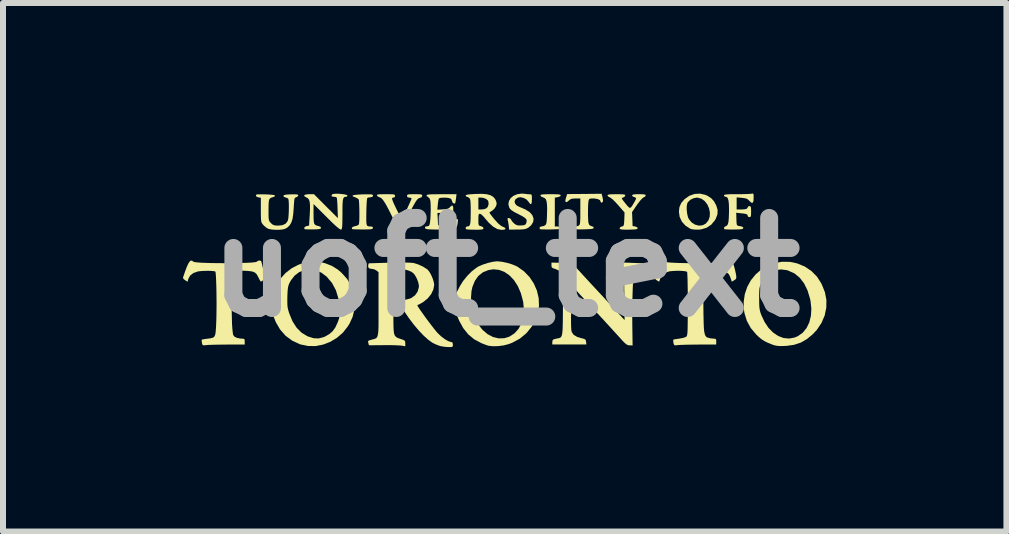
<source format=kicad_pcb>
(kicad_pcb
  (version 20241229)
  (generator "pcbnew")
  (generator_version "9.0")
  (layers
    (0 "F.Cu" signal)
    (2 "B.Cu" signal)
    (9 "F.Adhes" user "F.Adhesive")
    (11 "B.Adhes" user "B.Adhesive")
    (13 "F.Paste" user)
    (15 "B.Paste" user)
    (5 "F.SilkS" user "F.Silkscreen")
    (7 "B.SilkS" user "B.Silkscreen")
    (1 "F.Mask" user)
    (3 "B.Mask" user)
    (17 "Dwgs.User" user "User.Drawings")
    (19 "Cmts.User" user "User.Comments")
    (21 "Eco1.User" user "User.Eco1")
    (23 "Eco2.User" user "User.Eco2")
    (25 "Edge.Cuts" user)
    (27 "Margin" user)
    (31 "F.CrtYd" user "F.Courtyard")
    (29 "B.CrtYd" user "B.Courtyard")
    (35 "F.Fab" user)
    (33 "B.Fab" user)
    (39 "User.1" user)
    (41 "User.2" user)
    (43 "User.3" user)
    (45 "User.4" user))
  (footprint "uoft_text"
    (layer "F.Cu")
    (at 5.375 1.404)
    (property "Reference" "uoft_text" (at 0 0 0) (layer "F.Fab") (effects (font (size 1.5 1.5) (thickness 0.3))))
    (attr board_only exclude_from_pos_files exclude_from_bom)
    (fp_poly (pts (xy 0.825 -1.217) (xy 0.875 -1.215) (xy 0.905 -1.211) (xy 0.918 -1.204) (xy 0.92 -1.198) (xy 0.908 -1.182) (xy 0.875 -1.17) (xy 0.871 -1.169) (xy 0.821 -1.16) (xy 0.821 -0.92) (xy 0.821 -0.68) (xy 0.864 -0.68) (xy 0.897 -0.674) (xy 0.906 -0.657) (xy 0.903 -0.641) (xy 0.888 -0.637) (xy 0.852 -0.634) (xy 0.802 -0.632) (xy 0.744 -0.63) (xy 0.685 -0.63) (xy 0.633 -0.631) (xy 0.593 -0.632) (xy 0.573 -0.635) (xy 0.572 -0.636) (xy 0.565 -0.657) (xy 0.58 -0.675) (xy 0.599 -0.68) (xy 0.637 -0.688) (xy 0.659 -0.7) (xy 0.671 -0.712) (xy 0.679 -0.73) (xy 0.685 -0.761) (xy 0.688 -0.808) (xy 0.691 -0.878) (xy 0.691 -0.888) (xy 0.693 -0.982) (xy 0.69 -1.052) (xy 0.683 -1.101) (xy 0.671 -1.134) (xy 0.652 -1.153) (xy 0.626 -1.164) (xy 0.595 -1.178) (xy 0.581 -1.195) (xy 0.58 -1.197) (xy 0.585 -1.206) (xy 0.601 -1.212) (xy 0.634 -1.215) (xy 0.687 -1.217) (xy 0.75 -1.218)) (stroke (width 0) (type solid)) (fill yes) (layer "F.SilkS"))
    (fp_poly (pts (xy 3.333 -1.206) (xy 3.365 -1.191) (xy 3.427 -1.151) (xy 3.475 -1.098) (xy 3.512 -1.028) (xy 3.534 -0.954) (xy 3.531 -0.882) (xy 3.503 -0.808) (xy 3.488 -0.782) (xy 3.427 -0.709) (xy 3.349 -0.658) (xy 3.257 -0.631) (xy 3.214 -0.627) (xy 3.148 -0.628) (xy 3.095 -0.636) (xy 3.079 -0.642) (xy 3 -0.692) (xy 2.939 -0.759) (xy 2.901 -0.84) (xy 2.889 -0.924) (xy 2.892 -0.956) (xy 3.019 -0.956) (xy 3.027 -0.89) (xy 3.041 -0.832) (xy 3.054 -0.804) (xy 3.1 -0.748) (xy 3.157 -0.711) (xy 3.22 -0.694) (xy 3.282 -0.699) (xy 3.338 -0.728) (xy 3.339 -0.73) (xy 3.381 -0.782) (xy 3.403 -0.845) (xy 3.405 -0.914) (xy 3.391 -0.983) (xy 3.362 -1.048) (xy 3.319 -1.103) (xy 3.265 -1.142) (xy 3.202 -1.16) (xy 3.187 -1.161) (xy 3.13 -1.15) (xy 3.077 -1.123) (xy 3.038 -1.084) (xy 3.028 -1.065) (xy 3.019 -1.018) (xy 3.019 -0.956) (xy 2.892 -0.956) (xy 2.898 -1.004) (xy 2.928 -1.072) (xy 2.982 -1.134) (xy 3.062 -1.191) (xy 3.15 -1.222) (xy 3.241 -1.227)) (stroke (width 0) (type solid)) (fill yes) (layer "F.SilkS"))
    (fp_poly (pts (xy -2.258 -1.216) (xy -2.229 -1.213) (xy -2.214 -1.207) (xy -2.209 -1.199) (xy -2.209 -1.193) (xy -2.218 -1.174) (xy -2.248 -1.167) (xy -2.252 -1.167) (xy -2.285 -1.162) (xy -2.304 -1.155) (xy -2.309 -1.137) (xy -2.313 -1.098) (xy -2.316 -1.042) (xy -2.319 -0.976) (xy -2.32 -0.906) (xy -2.321 -0.839) (xy -2.321 -0.78) (xy -2.319 -0.736) (xy -2.316 -0.715) (xy -2.305 -0.691) (xy -2.282 -0.681) (xy -2.257 -0.68) (xy -2.223 -0.677) (xy -2.211 -0.666) (xy -2.211 -0.655) (xy -2.216 -0.644) (xy -2.229 -0.637) (xy -2.256 -0.633) (xy -2.299 -0.631) (xy -2.366 -0.63) (xy -2.384 -0.63) (xy -2.449 -0.631) (xy -2.504 -0.632) (xy -2.542 -0.634) (xy -2.557 -0.636) (xy -2.563 -0.656) (xy -2.545 -0.674) (xy -2.508 -0.685) (xy -2.469 -0.696) (xy -2.446 -0.712) (xy -2.444 -0.716) (xy -2.44 -0.741) (xy -2.437 -0.787) (xy -2.436 -0.847) (xy -2.436 -0.914) (xy -2.437 -0.982) (xy -2.439 -1.044) (xy -2.442 -1.094) (xy -2.446 -1.126) (xy -2.448 -1.132) (xy -2.47 -1.149) (xy -2.505 -1.166) (xy -2.508 -1.167) (xy -2.544 -1.181) (xy -2.551 -1.193) (xy -2.531 -1.203) (xy -2.482 -1.209) (xy -2.406 -1.214) (xy -2.379 -1.215) (xy -2.307 -1.216)) (stroke (width 0) (type solid)) (fill yes) (layer "F.SilkS"))
    (fp_poly (pts (xy 1.615 -1.17) (xy 1.623 -1.13) (xy 1.624 -1.1) (xy 1.623 -1.096) (xy 1.608 -1.079) (xy 1.592 -1.077) (xy 1.586 -1.089) (xy 1.573 -1.118) (xy 1.536 -1.137) (xy 1.481 -1.146) (xy 1.466 -1.147) (xy 1.422 -1.146) (xy 1.399 -1.14) (xy 1.388 -1.125) (xy 1.382 -1.103) (xy 1.378 -1.063) (xy 1.375 -1.005) (xy 1.374 -0.935) (xy 1.374 -0.864) (xy 1.376 -0.8) (xy 1.38 -0.752) (xy 1.382 -0.739) (xy 1.396 -0.704) (xy 1.425 -0.688) (xy 1.432 -0.686) (xy 1.463 -0.673) (xy 1.47 -0.656) (xy 1.462 -0.647) (xy 1.441 -0.64) (xy 1.403 -0.636) (xy 1.342 -0.633) (xy 1.306 -0.632) (xy 1.241 -0.631) (xy 1.188 -0.632) (xy 1.152 -0.633) (xy 1.139 -0.635) (xy 1.132 -0.657) (xy 1.146 -0.675) (xy 1.162 -0.68) (xy 1.199 -0.686) (xy 1.219 -0.694) (xy 1.229 -0.702) (xy 1.236 -0.715) (xy 1.241 -0.737) (xy 1.244 -0.773) (xy 1.246 -0.828) (xy 1.246 -0.905) (xy 1.246 -0.928) (xy 1.246 -1.147) (xy 1.167 -1.147) (xy 1.117 -1.144) (xy 1.084 -1.135) (xy 1.057 -1.115) (xy 1.052 -1.11) (xy 1.021 -1.086) (xy 1.002 -1.087) (xy 0.996 -1.111) (xy 1.006 -1.156) (xy 1.008 -1.161) (xy 1.027 -1.22) (xy 1.314 -1.222) (xy 1.601 -1.225)) (stroke (width 0) (type solid)) (fill yes) (layer "F.SilkS"))
    (fp_poly (pts (xy 0.321 -1.224) (xy 0.366 -1.218) (xy 0.403 -1.216) (xy 0.414 -1.216) (xy 0.428 -1.214) (xy 0.436 -1.199) (xy 0.439 -1.166) (xy 0.439 -1.134) (xy 0.436 -1.079) (xy 0.427 -1.053) (xy 0.412 -1.053) (xy 0.391 -1.081) (xy 0.385 -1.09) (xy 0.35 -1.129) (xy 0.301 -1.156) (xy 0.248 -1.168) (xy 0.209 -1.162) (xy 0.168 -1.136) (xy 0.15 -1.102) (xy 0.157 -1.064) (xy 0.185 -1.03) (xy 0.229 -1.007) (xy 0.272 -0.989) (xy 0.322 -0.967) (xy 0.337 -0.96) (xy 0.405 -0.916) (xy 0.448 -0.865) (xy 0.467 -0.809) (xy 0.46 -0.754) (xy 0.427 -0.701) (xy 0.386 -0.665) (xy 0.359 -0.649) (xy 0.331 -0.638) (xy 0.294 -0.632) (xy 0.241 -0.629) (xy 0.197 -0.629) (xy 0.059 -0.627) (xy 0.053 -0.692) (xy 0.046 -0.74) (xy 0.038 -0.78) (xy 0.036 -0.789) (xy 0.032 -0.813) (xy 0.047 -0.821) (xy 0.054 -0.821) (xy 0.082 -0.809) (xy 0.092 -0.793) (xy 0.108 -0.767) (xy 0.137 -0.735) (xy 0.144 -0.729) (xy 0.177 -0.706) (xy 0.211 -0.697) (xy 0.259 -0.697) (xy 0.26 -0.697) (xy 0.304 -0.701) (xy 0.328 -0.71) (xy 0.341 -0.728) (xy 0.346 -0.741) (xy 0.353 -0.771) (xy 0.347 -0.797) (xy 0.326 -0.821) (xy 0.285 -0.848) (xy 0.221 -0.882) (xy 0.209 -0.888) (xy 0.144 -0.921) (xy 0.101 -0.949) (xy 0.074 -0.975) (xy 0.063 -0.992) (xy 0.047 -1.049) (xy 0.056 -1.104) (xy 0.085 -1.152) (xy 0.132 -1.191) (xy 0.193 -1.217) (xy 0.265 -1.228)) (stroke (width 0) (type solid)) (fill yes) (layer "F.SilkS"))
    (fp_poly (pts (xy -1.454 -1.217) (xy -1.416 -1.215) (xy -1.396 -1.209) (xy -1.389 -1.2) (xy -1.388 -1.191) (xy -1.4 -1.167) (xy -1.429 -1.156) (xy -1.449 -1.149) (xy -1.468 -1.133) (xy -1.49 -1.105) (xy -1.518 -1.059) (xy -1.55 -1.002) (xy -1.589 -0.929) (xy -1.63 -0.85) (xy -1.667 -0.777) (xy -1.686 -0.74) (xy -1.712 -0.688) (xy -1.736 -0.648) (xy -1.755 -0.626) (xy -1.76 -0.623) (xy -1.772 -0.635) (xy -1.794 -0.669) (xy -1.824 -0.719) (xy -1.858 -0.784) (xy -1.89 -0.846) (xy -1.94 -0.945) (xy -1.98 -1.022) (xy -2.013 -1.078) (xy -2.04 -1.118) (xy -2.062 -1.144) (xy -2.083 -1.16) (xy -2.1 -1.166) (xy -2.13 -1.181) (xy -2.143 -1.196) (xy -2.143 -1.206) (xy -2.131 -1.212) (xy -2.104 -1.216) (xy -2.056 -1.217) (xy -1.996 -1.218) (xy -1.928 -1.217) (xy -1.883 -1.216) (xy -1.857 -1.212) (xy -1.845 -1.205) (xy -1.841 -1.195) (xy -1.841 -1.189) (xy -1.85 -1.166) (xy -1.87 -1.161) (xy -1.884 -1.159) (xy -1.891 -1.151) (xy -1.89 -1.134) (xy -1.88 -1.104) (xy -1.86 -1.057) (xy -1.828 -0.99) (xy -1.809 -0.951) (xy -1.778 -0.888) (xy -1.752 -0.844) (xy -1.734 -0.819) (xy -1.726 -0.817) (xy -1.713 -0.836) (xy -1.692 -0.874) (xy -1.667 -0.923) (xy -1.639 -0.979) (xy -1.613 -1.036) (xy -1.59 -1.087) (xy -1.573 -1.126) (xy -1.566 -1.148) (xy -1.567 -1.15) (xy -1.584 -1.159) (xy -1.608 -1.161) (xy -1.635 -1.168) (xy -1.642 -1.189) (xy -1.64 -1.203) (xy -1.63 -1.211) (xy -1.607 -1.216) (xy -1.565 -1.217) (xy -1.515 -1.218)) (stroke (width 0) (type solid)) (fill yes) (layer "F.SilkS"))
    (fp_poly (pts (xy 2.281 -1.217) (xy 2.316 -1.213) (xy 2.333 -1.206) (xy 2.336 -1.197) (xy 2.324 -1.177) (xy 2.304 -1.167) (xy 2.281 -1.151) (xy 2.247 -1.115) (xy 2.206 -1.062) (xy 2.19 -1.04) (xy 2.108 -0.92) (xy 2.113 -0.804) (xy 2.117 -0.687) (xy 2.159 -0.68) (xy 2.191 -0.668) (xy 2.202 -0.651) (xy 2.197 -0.641) (xy 2.178 -0.634) (xy 2.143 -0.63) (xy 2.085 -0.628) (xy 2.057 -0.627) (xy 1.985 -0.627) (xy 1.934 -0.63) (xy 1.907 -0.636) (xy 1.903 -0.639) (xy 1.903 -0.66) (xy 1.927 -0.677) (xy 1.947 -0.682) (xy 1.961 -0.687) (xy 1.97 -0.702) (xy 1.975 -0.731) (xy 1.978 -0.781) (xy 1.979 -0.8) (xy 1.983 -0.913) (xy 1.876 -1.036) (xy 1.828 -1.088) (xy 1.785 -1.131) (xy 1.75 -1.158) (xy 1.734 -1.167) (xy 1.708 -1.181) (xy 1.699 -1.197) (xy 1.704 -1.206) (xy 1.721 -1.212) (xy 1.755 -1.216) (xy 1.811 -1.217) (xy 1.849 -1.218) (xy 1.915 -1.217) (xy 1.959 -1.215) (xy 1.983 -1.211) (xy 1.993 -1.204) (xy 1.994 -1.193) (xy 1.978 -1.171) (xy 1.957 -1.162) (xy 1.942 -1.157) (xy 1.938 -1.147) (xy 1.947 -1.13) (xy 1.97 -1.098) (xy 1.998 -1.063) (xy 2.034 -1.019) (xy 2.059 -0.995) (xy 2.079 -0.99) (xy 2.098 -1.007) (xy 2.124 -1.047) (xy 2.148 -1.088) (xy 2.169 -1.126) (xy 2.175 -1.148) (xy 2.167 -1.161) (xy 2.165 -1.162) (xy 2.137 -1.174) (xy 2.127 -1.175) (xy 2.112 -1.187) (xy 2.11 -1.196) (xy 2.115 -1.207) (xy 2.134 -1.214) (xy 2.173 -1.217) (xy 2.223 -1.218)) (stroke (width 0) (type solid)) (fill yes) (layer "F.SilkS"))
    (fp_poly (pts (xy -2.786 -1.225) (xy -2.734 -1.221) (xy -2.686 -1.215) (xy -2.65 -1.206) (xy -2.634 -1.196) (xy -2.633 -1.194) (xy -2.645 -1.178) (xy -2.659 -1.175) (xy -2.679 -1.173) (xy -2.694 -1.164) (xy -2.705 -1.145) (xy -2.712 -1.113) (xy -2.716 -1.063) (xy -2.718 -0.992) (xy -2.718 -0.896) (xy -2.718 -0.889) (xy -2.719 -0.797) (xy -2.72 -0.73) (xy -2.722 -0.683) (xy -2.726 -0.653) (xy -2.731 -0.636) (xy -2.739 -0.628) (xy -2.741 -0.628) (xy -2.757 -0.632) (xy -2.785 -0.652) (xy -2.829 -0.689) (xy -2.889 -0.745) (xy -2.966 -0.821) (xy -2.982 -0.837) (xy -3.2 -1.054) (xy -3.2 -0.89) (xy -3.199 -0.814) (xy -3.196 -0.762) (xy -3.189 -0.728) (xy -3.174 -0.708) (xy -3.152 -0.696) (xy -3.119 -0.687) (xy -3.118 -0.687) (xy -3.083 -0.674) (xy -3.075 -0.655) (xy -3.082 -0.644) (xy -3.102 -0.637) (xy -3.139 -0.633) (xy -3.199 -0.631) (xy -3.211 -0.631) (xy -3.269 -0.631) (xy -3.316 -0.632) (xy -3.344 -0.634) (xy -3.349 -0.636) (xy -3.356 -0.657) (xy -3.339 -0.677) (xy -3.315 -0.686) (xy -3.274 -0.695) (xy -3.264 -0.863) (xy -3.259 -0.961) (xy -3.259 -1.035) (xy -3.264 -1.088) (xy -3.275 -1.124) (xy -3.292 -1.148) (xy -3.314 -1.161) (xy -3.349 -1.181) (xy -3.357 -1.198) (xy -3.339 -1.21) (xy -3.296 -1.217) (xy -3.274 -1.218) (xy -3.193 -1.218) (xy -2.994 -1.018) (xy -2.794 -0.819) (xy -2.8 -0.98) (xy -2.802 -1.045) (xy -2.806 -1.101) (xy -2.809 -1.141) (xy -2.811 -1.157) (xy -2.828 -1.17) (xy -2.86 -1.175) (xy -2.893 -1.179) (xy -2.901 -1.192) (xy -2.891 -1.214) (xy -2.872 -1.222) (xy -2.835 -1.225)) (stroke (width 0) (type solid)) (fill yes) (layer "F.SilkS"))
    (fp_poly (pts (xy -0.062 -0.092) (xy 0.024 -0.074) (xy 0.111 -0.048) (xy 0.184 -0.017) (xy 0.198 -0.01) (xy 0.307 0.067) (xy 0.399 0.162) (xy 0.471 0.271) (xy 0.523 0.39) (xy 0.552 0.515) (xy 0.557 0.643) (xy 0.546 0.723) (xy 0.503 0.864) (xy 0.436 0.989) (xy 0.348 1.098) (xy 0.24 1.188) (xy 0.113 1.257) (xy 0.054 1.28) (xy -0.031 1.302) (xy -0.124 1.314) (xy -0.214 1.316) (xy -0.289 1.307) (xy -0.29 1.306) (xy -0.318 1.297) (xy -0.361 1.281) (xy -0.404 1.264) (xy -0.522 1.201) (xy -0.622 1.118) (xy -0.707 1.012) (xy -0.772 0.892) (xy -0.789 0.853) (xy -0.801 0.82) (xy -0.808 0.785) (xy -0.812 0.742) (xy -0.814 0.685) (xy -0.814 0.609) (xy -0.814 0.516) (xy -0.576 0.516) (xy -0.564 0.639) (xy -0.536 0.762) (xy -0.492 0.878) (xy -0.434 0.98) (xy -0.383 1.044) (xy -0.298 1.116) (xy -0.207 1.163) (xy -0.112 1.185) (xy -0.018 1.182) (xy 0.064 1.156) (xy 0.148 1.102) (xy 0.216 1.027) (xy 0.265 0.935) (xy 0.296 0.828) (xy 0.306 0.71) (xy 0.295 0.585) (xy 0.291 0.565) (xy 0.255 0.431) (xy 0.204 0.313) (xy 0.14 0.214) (xy 0.065 0.135) (xy -0.019 0.077) (xy -0.11 0.043) (xy -0.206 0.034) (xy -0.286 0.047) (xy -0.378 0.084) (xy -0.454 0.145) (xy -0.512 0.227) (xy -0.553 0.33) (xy -0.568 0.399) (xy -0.576 0.516) (xy -0.814 0.516) (xy -0.814 0.418) (xy -0.759 0.311) (xy -0.706 0.227) (xy -0.638 0.143) (xy -0.562 0.067) (xy -0.484 0.007) (xy -0.446 -0.016) (xy -0.378 -0.045) (xy -0.299 -0.071) (xy -0.219 -0.09) (xy -0.15 -0.099) (xy -0.136 -0.099)) (stroke (width 0) (type solid)) (fill yes) (layer "F.SilkS"))
    (fp_poly (pts (xy 4.738 -0.09) (xy 4.858 -0.065) (xy 4.987 -0.012) (xy 5.098 0.063) (xy 5.192 0.159) (xy 5.266 0.276) (xy 5.321 0.413) (xy 5.322 0.416) (xy 5.347 0.545) (xy 5.345 0.675) (xy 5.318 0.804) (xy 5.265 0.927) (xy 5.189 1.041) (xy 5.123 1.113) (xy 5.023 1.196) (xy 4.921 1.255) (xy 4.809 1.292) (xy 4.682 1.31) (xy 4.658 1.311) (xy 4.585 1.313) (xy 4.531 1.31) (xy 4.487 1.302) (xy 4.452 1.291) (xy 4.372 1.259) (xy 4.311 1.229) (xy 4.259 1.194) (xy 4.207 1.149) (xy 4.176 1.119) (xy 4.086 1.012) (xy 4.022 0.895) (xy 3.982 0.767) (xy 3.974 0.717) (xy 3.968 0.579) (xy 3.977 0.517) (xy 4.226 0.517) (xy 4.227 0.597) (xy 4.229 0.657) (xy 4.235 0.703) (xy 4.244 0.744) (xy 4.258 0.785) (xy 4.261 0.793) (xy 4.316 0.911) (xy 4.382 1.01) (xy 4.459 1.088) (xy 4.543 1.145) (xy 4.633 1.179) (xy 4.725 1.188) (xy 4.817 1.171) (xy 4.871 1.148) (xy 4.952 1.091) (xy 5.016 1.013) (xy 5.062 0.918) (xy 5.089 0.809) (xy 5.096 0.689) (xy 5.082 0.56) (xy 5.075 0.527) (xy 5.032 0.385) (xy 4.974 0.267) (xy 4.901 0.173) (xy 4.814 0.102) (xy 4.711 0.056) (xy 4.687 0.048) (xy 4.589 0.036) (xy 4.493 0.048) (xy 4.427 0.073) (xy 4.369 0.114) (xy 4.314 0.175) (xy 4.268 0.247) (xy 4.264 0.255) (xy 4.248 0.289) (xy 4.238 0.32) (xy 4.231 0.355) (xy 4.228 0.4) (xy 4.226 0.462) (xy 4.226 0.517) (xy 3.977 0.517) (xy 3.987 0.448) (xy 4.028 0.326) (xy 4.089 0.216) (xy 4.168 0.119) (xy 4.262 0.037) (xy 4.368 -0.026) (xy 4.484 -0.07) (xy 4.608 -0.092)) (stroke (width 0) (type solid)) (fill yes) (layer "F.SilkS"))
    (fp_poly (pts (xy 4.13 -1.222) (xy 4.134 -1.197) (xy 4.134 -1.157) (xy 4.131 -1.103) (xy 4.119 -1.075) (xy 4.099 -1.075) (xy 4.069 -1.1) (xy 4.063 -1.107) (xy 4.038 -1.131) (xy 4.009 -1.146) (xy 3.966 -1.154) (xy 3.939 -1.157) (xy 3.851 -1.165) (xy 3.851 -1.064) (xy 3.851 -0.963) (xy 3.921 -0.963) (xy 3.982 -0.966) (xy 4.019 -0.975) (xy 4.034 -0.992) (xy 4.035 -1) (xy 4.047 -1.016) (xy 4.063 -1.019) (xy 4.079 -1.017) (xy 4.087 -1.004) (xy 4.091 -0.975) (xy 4.092 -0.927) (xy 4.091 -0.878) (xy 4.087 -0.85) (xy 4.078 -0.838) (xy 4.063 -0.835) (xy 4.04 -0.844) (xy 4.035 -0.856) (xy 4.032 -0.872) (xy 4.02 -0.883) (xy 3.993 -0.891) (xy 3.945 -0.898) (xy 3.928 -0.899) (xy 3.844 -0.909) (xy 3.846 -0.84) (xy 3.848 -0.775) (xy 3.85 -0.732) (xy 3.855 -0.707) (xy 3.865 -0.695) (xy 3.882 -0.689) (xy 3.907 -0.685) (xy 3.908 -0.685) (xy 3.947 -0.675) (xy 3.961 -0.662) (xy 3.961 -0.653) (xy 3.955 -0.643) (xy 3.939 -0.636) (xy 3.907 -0.632) (xy 3.855 -0.63) (xy 3.805 -0.629) (xy 3.742 -0.629) (xy 3.69 -0.631) (xy 3.656 -0.633) (xy 3.646 -0.635) (xy 3.639 -0.657) (xy 3.654 -0.677) (xy 3.672 -0.685) (xy 3.691 -0.696) (xy 3.705 -0.719) (xy 3.715 -0.758) (xy 3.72 -0.817) (xy 3.723 -0.898) (xy 3.724 -0.964) (xy 3.722 -1.05) (xy 3.715 -1.112) (xy 3.703 -1.151) (xy 3.685 -1.171) (xy 3.667 -1.175) (xy 3.644 -1.184) (xy 3.639 -1.196) (xy 3.643 -1.205) (xy 3.657 -1.21) (xy 3.685 -1.214) (xy 3.731 -1.217) (xy 3.8 -1.218) (xy 3.855 -1.218) (xy 3.932 -1.218) (xy 4.002 -1.22) (xy 4.058 -1.222) (xy 4.094 -1.225) (xy 4.102 -1.227) (xy 4.121 -1.229)) (stroke (width 0) (type solid)) (fill yes) (layer "F.SilkS"))
    (fp_poly (pts (xy -4.031 -1.215) (xy -4.006 -1.215) (xy -3.927 -1.211) (xy -3.873 -1.206) (xy -3.845 -1.198) (xy -3.841 -1.195) (xy -3.849 -1.18) (xy -3.875 -1.169) (xy -3.905 -1.16) (xy -3.926 -1.147) (xy -3.939 -1.127) (xy -3.946 -1.093) (xy -3.949 -1.042) (xy -3.95 -0.968) (xy -3.95 -0.953) (xy -3.95 -0.88) (xy -3.949 -0.829) (xy -3.945 -0.795) (xy -3.938 -0.772) (xy -3.927 -0.755) (xy -3.911 -0.737) (xy -3.909 -0.735) (xy -3.878 -0.709) (xy -3.845 -0.697) (xy -3.798 -0.694) (xy -3.795 -0.694) (xy -3.72 -0.701) (xy -3.667 -0.725) (xy -3.634 -0.766) (xy -3.625 -0.789) (xy -3.619 -0.825) (xy -3.615 -0.878) (xy -3.612 -0.941) (xy -3.611 -1.005) (xy -3.612 -1.065) (xy -3.615 -1.112) (xy -3.62 -1.139) (xy -3.621 -1.142) (xy -3.642 -1.156) (xy -3.667 -1.163) (xy -3.694 -1.174) (xy -3.702 -1.189) (xy -3.697 -1.2) (xy -3.677 -1.207) (xy -3.638 -1.212) (xy -3.579 -1.215) (xy -3.518 -1.216) (xy -3.48 -1.214) (xy -3.461 -1.209) (xy -3.455 -1.2) (xy -3.455 -1.197) (xy -3.467 -1.178) (xy -3.488 -1.167) (xy -3.502 -1.162) (xy -3.512 -1.152) (xy -3.519 -1.133) (xy -3.523 -1.098) (xy -3.527 -1.044) (xy -3.53 -0.994) (xy -3.538 -0.889) (xy -3.55 -0.807) (xy -3.57 -0.746) (xy -3.597 -0.7) (xy -3.634 -0.664) (xy -3.67 -0.643) (xy -3.709 -0.631) (xy -3.767 -0.625) (xy -3.832 -0.624) (xy -3.895 -0.629) (xy -3.945 -0.638) (xy -3.958 -0.643) (xy -3.996 -0.667) (xy -4.034 -0.701) (xy -4.039 -0.707) (xy -4.054 -0.726) (xy -4.065 -0.744) (xy -4.072 -0.767) (xy -4.075 -0.8) (xy -4.077 -0.848) (xy -4.078 -0.917) (xy -4.078 -0.956) (xy -4.078 -1.159) (xy -4.116 -1.164) (xy -4.149 -1.176) (xy -4.16 -1.193) (xy -4.16 -1.204) (xy -4.152 -1.211) (xy -4.13 -1.215) (xy -4.092 -1.216)) (stroke (width 0) (type solid)) (fill yes) (layer "F.SilkS"))
    (fp_poly (pts (xy -3.056 -0.079) (xy -3 -0.065) (xy -2.892 -0.022) (xy -2.796 0.038) (xy -2.735 0.09) (xy -2.641 0.194) (xy -2.574 0.307) (xy -2.533 0.43) (xy -2.515 0.566) (xy -2.514 0.595) (xy -2.522 0.717) (xy -2.549 0.827) (xy -2.598 0.935) (xy -2.628 0.984) (xy -2.71 1.089) (xy -2.81 1.176) (xy -2.922 1.243) (xy -3.042 1.289) (xy -3.168 1.313) (xy -3.293 1.312) (xy -3.416 1.286) (xy -3.429 1.282) (xy -3.557 1.222) (xy -3.666 1.141) (xy -3.756 1.039) (xy -3.828 0.916) (xy -3.866 0.821) (xy -3.88 0.772) (xy -3.889 0.726) (xy -3.892 0.673) (xy -3.892 0.605) (xy -3.891 0.58) (xy -3.89 0.565) (xy -3.637 0.565) (xy -3.636 0.622) (xy -3.632 0.668) (xy -3.622 0.712) (xy -3.607 0.762) (xy -3.605 0.768) (xy -3.551 0.899) (xy -3.483 1.006) (xy -3.4 1.09) (xy -3.304 1.148) (xy -3.29 1.154) (xy -3.197 1.183) (xy -3.113 1.186) (xy -3.031 1.164) (xy -3.009 1.155) (xy -2.936 1.113) (xy -2.881 1.065) (xy -2.837 1.004) (xy -2.799 0.922) (xy -2.789 0.895) (xy -2.773 0.847) (xy -2.765 0.804) (xy -2.762 0.757) (xy -2.764 0.694) (xy -2.765 0.676) (xy -2.786 0.519) (xy -2.828 0.381) (xy -2.892 0.262) (xy -2.977 0.161) (xy -2.985 0.153) (xy -3.073 0.088) (xy -3.166 0.049) (xy -3.26 0.035) (xy -3.352 0.045) (xy -3.438 0.08) (xy -3.514 0.138) (xy -3.578 0.22) (xy -3.593 0.247) (xy -3.61 0.281) (xy -3.621 0.315) (xy -3.628 0.355) (xy -3.633 0.408) (xy -3.636 0.481) (xy -3.636 0.488) (xy -3.637 0.565) (xy -3.89 0.565) (xy -3.887 0.511) (xy -3.882 0.459) (xy -3.872 0.417) (xy -3.856 0.374) (xy -3.831 0.32) (xy -3.83 0.319) (xy -3.758 0.198) (xy -3.667 0.096) (xy -3.562 0.015) (xy -3.445 -0.045) (xy -3.319 -0.082) (xy -3.189 -0.093)) (stroke (width 0) (type solid)) (fill yes) (layer "F.SilkS"))
    (fp_poly (pts (xy -0.826 -1.145) (xy -0.832 -1.102) (xy -0.838 -1.073) (xy -0.841 -1.065) (xy -0.86 -1.062) (xy -0.881 -1.076) (xy -0.892 -1.1) (xy -0.892 -1.103) (xy -0.903 -1.132) (xy -0.919 -1.146) (xy -0.949 -1.155) (xy -0.993 -1.16) (xy -1.04 -1.16) (xy -1.082 -1.157) (xy -1.108 -1.149) (xy -1.112 -1.146) (xy -1.118 -1.124) (xy -1.125 -1.084) (xy -1.129 -1.045) (xy -1.137 -0.959) (xy -1.044 -0.965) (xy -0.99 -0.97) (xy -0.956 -0.979) (xy -0.932 -0.995) (xy -0.922 -1.006) (xy -0.897 -1.029) (xy -0.881 -1.025) (xy -0.872 -0.995) (xy -0.872 -0.938) (xy -0.874 -0.917) (xy -0.882 -0.862) (xy -0.893 -0.828) (xy -0.907 -0.819) (xy -0.921 -0.835) (xy -0.928 -0.853) (xy -0.941 -0.88) (xy -0.961 -0.896) (xy -0.995 -0.904) (xy -1.051 -0.906) (xy -1.053 -0.906) (xy -1.135 -0.906) (xy -1.13 -0.803) (xy -1.125 -0.701) (xy -1.037 -0.697) (xy -0.955 -0.701) (xy -0.893 -0.722) (xy -0.853 -0.761) (xy -0.847 -0.772) (xy -0.828 -0.798) (xy -0.81 -0.807) (xy -0.798 -0.801) (xy -0.794 -0.781) (xy -0.798 -0.74) (xy -0.804 -0.702) (xy -0.813 -0.674) (xy -0.828 -0.655) (xy -0.854 -0.642) (xy -0.894 -0.634) (xy -0.953 -0.631) (xy -1.034 -0.629) (xy -1.09 -0.629) (xy -1.181 -0.629) (xy -1.248 -0.631) (xy -1.293 -0.633) (xy -1.321 -0.638) (xy -1.335 -0.644) (xy -1.337 -0.648) (xy -1.344 -0.669) (xy -1.335 -0.678) (xy -1.306 -0.682) (xy -1.282 -0.688) (xy -1.269 -0.703) (xy -1.261 -0.734) (xy -1.258 -0.757) (xy -1.252 -0.815) (xy -1.249 -0.886) (xy -1.247 -0.961) (xy -1.248 -1.031) (xy -1.251 -1.088) (xy -1.255 -1.116) (xy -1.269 -1.151) (xy -1.29 -1.169) (xy -1.312 -1.185) (xy -1.317 -1.197) (xy -1.312 -1.205) (xy -1.297 -1.21) (xy -1.268 -1.214) (xy -1.221 -1.216) (xy -1.152 -1.217) (xy -1.067 -1.218) (xy -0.817 -1.218)) (stroke (width 0) (type solid)) (fill yes) (layer "F.SilkS"))
    (fp_poly (pts (xy -0.319 -1.218) (xy -0.255 -1.202) (xy -0.208 -1.176) (xy -0.175 -1.138) (xy -0.161 -1.11) (xy -0.149 -1.073) (xy -0.151 -1.041) (xy -0.162 -1.013) (xy -0.189 -0.972) (xy -0.225 -0.942) (xy -0.255 -0.924) (xy -0.269 -0.911) (xy -0.269 -0.909) (xy -0.26 -0.895) (xy -0.237 -0.864) (xy -0.204 -0.822) (xy -0.184 -0.798) (xy -0.124 -0.731) (xy -0.074 -0.69) (xy -0.05 -0.678) (xy -0.011 -0.659) (xy -0.000043 -0.642) (xy -0.015 -0.629) (xy -0.057 -0.623) (xy -0.067 -0.623) (xy -0.137 -0.637) (xy -0.209 -0.678) (xy -0.284 -0.747) (xy -0.335 -0.807) (xy -0.372 -0.851) (xy -0.405 -0.881) (xy -0.427 -0.892) (xy -0.427 -0.892) (xy -0.441 -0.889) (xy -0.449 -0.875) (xy -0.452 -0.844) (xy -0.453 -0.793) (xy -0.453 -0.741) (xy -0.449 -0.71) (xy -0.441 -0.695) (xy -0.425 -0.688) (xy -0.411 -0.685) (xy -0.377 -0.67) (xy -0.368 -0.651) (xy -0.371 -0.64) (xy -0.383 -0.632) (xy -0.409 -0.628) (xy -0.454 -0.626) (xy -0.509 -0.626) (xy -0.569 -0.627) (xy -0.618 -0.629) (xy -0.65 -0.632) (xy -0.658 -0.634) (xy -0.666 -0.657) (xy -0.654 -0.676) (xy -0.64 -0.68) (xy -0.618 -0.682) (xy -0.602 -0.693) (xy -0.592 -0.715) (xy -0.585 -0.753) (xy -0.582 -0.81) (xy -0.581 -0.891) (xy -0.58 -0.922) (xy -0.581 -1.007) (xy -0.583 -1.062) (xy -0.453 -1.062) (xy -0.453 -0.963) (xy -0.4 -0.963) (xy -0.355 -0.969) (xy -0.318 -0.983) (xy -0.315 -0.985) (xy -0.292 -1.015) (xy -0.282 -1.059) (xy -0.288 -1.1) (xy -0.294 -1.113) (xy -0.325 -1.139) (xy -0.372 -1.157) (xy -0.41 -1.161) (xy -0.453 -1.161) (xy -0.453 -1.062) (xy -0.583 -1.062) (xy -0.583 -1.067) (xy -0.586 -1.109) (xy -0.592 -1.135) (xy -0.6 -1.15) (xy -0.603 -1.153) (xy -0.629 -1.171) (xy -0.645 -1.175) (xy -0.663 -1.186) (xy -0.665 -1.194) (xy -0.658 -1.204) (xy -0.633 -1.211) (xy -0.587 -1.216) (xy -0.516 -1.221) (xy -0.512 -1.221) (xy -0.403 -1.224)) (stroke (width 0) (type solid)) (fill yes) (layer "F.SilkS"))
    (fp_poly (pts (xy -4.072 -0.102) (xy -4.067 -0.084) (xy -4.057 -0.045) (xy -4.045 0.009) (xy -4.037 0.049) (xy -4.008 0.188) (xy -4.039 0.214) (xy -4.064 0.233) (xy -4.078 0.24) (xy -4.087 0.228) (xy -4.104 0.198) (xy -4.12 0.166) (xy -4.146 0.118) (xy -4.173 0.091) (xy -4.205 0.075) (xy -4.242 0.067) (xy -4.295 0.061) (xy -4.355 0.058) (xy -4.417 0.057) (xy -4.475 0.059) (xy -4.52 0.063) (xy -4.547 0.07) (xy -4.551 0.074) (xy -4.553 0.093) (xy -4.555 0.136) (xy -4.557 0.199) (xy -4.559 0.278) (xy -4.561 0.369) (xy -4.563 0.446) (xy -4.564 0.592) (xy -4.564 0.727) (xy -4.561 0.848) (xy -4.558 0.952) (xy -4.552 1.036) (xy -4.545 1.098) (xy -4.539 1.129) (xy -4.517 1.157) (xy -4.474 1.177) (xy -4.418 1.188) (xy -4.394 1.189) (xy -4.362 1.192) (xy -4.349 1.204) (xy -4.347 1.236) (xy -4.347 1.239) (xy -4.347 1.288) (xy -4.635 1.288) (xy -4.727 1.289) (xy -4.813 1.29) (xy -4.889 1.292) (xy -4.948 1.294) (xy -4.984 1.297) (xy -4.987 1.297) (xy -5.026 1.301) (xy -5.046 1.297) (xy -5.055 1.28) (xy -5.06 1.259) (xy -5.064 1.226) (xy -5.063 1.207) (xy -5.063 1.207) (xy -5.046 1.202) (xy -5.01 1.196) (xy -4.974 1.191) (xy -4.927 1.185) (xy -4.891 1.178) (xy -4.865 1.167) (xy -4.848 1.147) (xy -4.836 1.114) (xy -4.83 1.066) (xy -4.825 0.998) (xy -4.821 0.906) (xy -4.82 0.882) (xy -4.818 0.801) (xy -4.817 0.709) (xy -4.816 0.61) (xy -4.817 0.508) (xy -4.818 0.409) (xy -4.82 0.315) (xy -4.823 0.23) (xy -4.826 0.16) (xy -4.83 0.108) (xy -4.834 0.077) (xy -4.836 0.072) (xy -4.857 0.065) (xy -4.898 0.061) (xy -4.952 0.059) (xy -5.012 0.06) (xy -5.07 0.063) (xy -5.118 0.068) (xy -5.128 0.07) (xy -5.202 0.096) (xy -5.256 0.138) (xy -5.287 0.194) (xy -5.289 0.202) (xy -5.298 0.241) (xy -5.34 0.216) (xy -5.369 0.192) (xy -5.375 0.17) (xy -5.34 0.068) (xy -5.311 -0.009) (xy -5.286 -0.063) (xy -5.264 -0.096) (xy -5.244 -0.111) (xy -5.224 -0.109) (xy -5.202 -0.093) (xy -5.201 -0.092) (xy -5.181 -0.086) (xy -5.137 -0.081) (xy -5.072 -0.076) (xy -4.991 -0.073) (xy -4.898 -0.07) (xy -4.796 -0.069) (xy -4.69 -0.068) (xy -4.583 -0.068) (xy -4.48 -0.07) (xy -4.384 -0.072) (xy -4.299 -0.075) (xy -4.23 -0.079) (xy -4.179 -0.084) (xy -4.152 -0.09) (xy -4.148 -0.092) (xy -4.123 -0.109) (xy -4.093 -0.113)) (stroke (width 0) (type solid)) (fill yes) (layer "F.SilkS"))
    (fp_poly (pts (xy 2.66 -0.094) (xy 2.662 -0.092) (xy 2.681 -0.086) (xy 2.724 -0.08) (xy 2.788 -0.076) (xy 2.869 -0.072) (xy 2.962 -0.07) (xy 3.063 -0.068) (xy 3.17 -0.068) (xy 3.277 -0.068) (xy 3.38 -0.07) (xy 3.477 -0.072) (xy 3.562 -0.075) (xy 3.632 -0.08) (xy 3.684 -0.085) (xy 3.712 -0.091) (xy 3.716 -0.093) (xy 3.744 -0.112) (xy 3.767 -0.107) (xy 3.788 -0.076) (xy 3.808 -0.018) (xy 3.811 -0.007) (xy 3.83 0.07) (xy 3.841 0.124) (xy 3.846 0.161) (xy 3.843 0.184) (xy 3.833 0.2) (xy 3.816 0.213) (xy 3.811 0.216) (xy 3.77 0.24) (xy 3.752 0.184) (xy 3.734 0.139) (xy 3.713 0.106) (xy 3.682 0.084) (xy 3.638 0.071) (xy 3.575 0.063) (xy 3.496 0.059) (xy 3.428 0.058) (xy 3.371 0.059) (xy 3.33 0.062) (xy 3.312 0.066) (xy 3.308 0.084) (xy 3.304 0.126) (xy 3.301 0.189) (xy 3.299 0.268) (xy 3.298 0.36) (xy 3.297 0.46) (xy 3.296 0.564) (xy 3.297 0.669) (xy 3.298 0.77) (xy 3.3 0.864) (xy 3.302 0.946) (xy 3.305 1.013) (xy 3.309 1.061) (xy 3.312 1.078) (xy 3.323 1.125) (xy 3.337 1.152) (xy 3.357 1.168) (xy 3.373 1.174) (xy 3.42 1.185) (xy 3.464 1.189) (xy 3.496 1.192) (xy 3.509 1.204) (xy 3.511 1.236) (xy 3.511 1.239) (xy 3.511 1.288) (xy 3.223 1.288) (xy 3.131 1.289) (xy 3.044 1.29) (xy 2.969 1.292) (xy 2.91 1.294) (xy 2.874 1.297) (xy 2.871 1.297) (xy 2.832 1.301) (xy 2.812 1.297) (xy 2.803 1.28) (xy 2.798 1.259) (xy 2.794 1.226) (xy 2.795 1.208) (xy 2.795 1.207) (xy 2.811 1.202) (xy 2.847 1.196) (xy 2.896 1.189) (xy 2.952 1.179) (xy 2.995 1.166) (xy 3.014 1.155) (xy 3.02 1.146) (xy 3.025 1.132) (xy 3.029 1.109) (xy 3.032 1.075) (xy 3.034 1.026) (xy 3.035 0.961) (xy 3.036 0.877) (xy 3.037 0.77) (xy 3.037 0.638) (xy 3.037 0.609) (xy 3.037 0.49) (xy 3.036 0.38) (xy 3.034 0.282) (xy 3.033 0.2) (xy 3.03 0.135) (xy 3.028 0.093) (xy 3.025 0.076) (xy 3.025 0.076) (xy 3.003 0.068) (xy 2.961 0.062) (xy 2.905 0.059) (xy 2.844 0.059) (xy 2.786 0.062) (xy 2.737 0.067) (xy 2.721 0.07) (xy 2.651 0.098) (xy 2.602 0.142) (xy 2.576 0.193) (xy 2.56 0.241) (xy 2.518 0.216) (xy 2.489 0.192) (xy 2.483 0.17) (xy 2.493 0.143) (xy 2.509 0.099) (xy 2.529 0.045) (xy 2.549 -0.009) (xy 2.567 -0.054) (xy 2.575 -0.074) (xy 2.598 -0.105) (xy 2.629 -0.112)) (stroke (width 0) (type solid)) (fill yes) (layer "F.SilkS"))
    (fp_poly (pts (xy 1.829 -0.082) (xy 1.887 -0.081) (xy 1.959 -0.079) (xy 2.037 -0.076) (xy 2.294 -0.066) (xy 2.294 -0.028) (xy 2.29 -0.002) (xy 2.273 0.012) (xy 2.239 0.019) (xy 2.205 0.026) (xy 2.179 0.037) (xy 2.159 0.056) (xy 2.146 0.087) (xy 2.136 0.133) (xy 2.129 0.198) (xy 2.123 0.286) (xy 2.12 0.336) (xy 2.117 0.426) (xy 2.114 0.537) (xy 2.112 0.658) (xy 2.111 0.784) (xy 2.112 0.904) (xy 2.112 0.945) (xy 2.117 1.303) (xy 2.067 1.301) (xy 2.041 1.298) (xy 2.016 1.286) (xy 1.988 1.263) (xy 1.949 1.224) (xy 1.926 1.198) (xy 1.845 1.109) (xy 1.757 1.013) (xy 1.667 0.914) (xy 1.58 0.82) (xy 1.501 0.735) (xy 1.435 0.664) (xy 1.43 0.658) (xy 1.371 0.596) (xy 1.305 0.524) (xy 1.241 0.455) (xy 1.216 0.428) (xy 1.109 0.31) (xy 1.1 0.547) (xy 1.094 0.7) (xy 1.091 0.826) (xy 1.091 0.926) (xy 1.093 1.001) (xy 1.097 1.054) (xy 1.104 1.081) (xy 1.135 1.126) (xy 1.193 1.16) (xy 1.265 1.182) (xy 1.308 1.193) (xy 1.33 1.205) (xy 1.34 1.224) (xy 1.342 1.242) (xy 1.347 1.286) (xy 1.063 1.286) (xy 0.779 1.287) (xy 0.779 1.246) (xy 0.785 1.213) (xy 0.806 1.199) (xy 0.811 1.198) (xy 0.85 1.189) (xy 0.881 1.183) (xy 0.9 1.178) (xy 0.915 1.171) (xy 0.927 1.158) (xy 0.937 1.137) (xy 0.944 1.105) (xy 0.949 1.059) (xy 0.952 0.998) (xy 0.954 0.918) (xy 0.955 0.816) (xy 0.956 0.69) (xy 0.956 0.614) (xy 0.956 0.116) (xy 0.923 0.081) (xy 0.888 0.055) (xy 0.842 0.033) (xy 0.827 0.028) (xy 0.789 0.015) (xy 0.77 0.001) (xy 0.765 -0.023) (xy 0.765 -0.034) (xy 0.765 -0.078) (xy 0.938 -0.074) (xy 1.012 -0.071) (xy 1.062 -0.068) (xy 1.096 -0.064) (xy 1.117 -0.056) (xy 1.131 -0.045) (xy 1.138 -0.038) (xy 1.158 -0.015) (xy 1.194 0.025) (xy 1.243 0.078) (xy 1.3 0.141) (xy 1.363 0.209) (xy 1.428 0.28) (xy 1.492 0.348) (xy 1.55 0.411) (xy 1.55 0.411) (xy 1.603 0.467) (xy 1.657 0.526) (xy 1.705 0.578) (xy 1.721 0.595) (xy 1.763 0.642) (xy 1.816 0.7) (xy 1.87 0.758) (xy 1.888 0.777) (xy 1.984 0.88) (xy 1.98 0.474) (xy 1.978 0.35) (xy 1.977 0.251) (xy 1.974 0.174) (xy 1.969 0.116) (xy 1.961 0.075) (xy 1.948 0.047) (xy 1.931 0.03) (xy 1.908 0.019) (xy 1.878 0.013) (xy 1.841 0.009) (xy 1.834 0.008) (xy 1.79 0.001) (xy 1.767 -0.006) (xy 1.761 -0.019) (xy 1.765 -0.04) (xy 1.772 -0.069) (xy 1.777 -0.082) (xy 1.791 -0.082)) (stroke (width 0) (type solid)) (fill yes) (layer "F.SilkS"))
    (fp_poly (pts (xy -1.607 -0.077) (xy -1.547 -0.073) (xy -1.527 -0.07) (xy -1.452 -0.046) (xy -1.374 -0.01) (xy -1.307 0.033) (xy -1.297 0.041) (xy -1.269 0.076) (xy -1.24 0.128) (xy -1.214 0.188) (xy -1.196 0.247) (xy -1.189 0.291) (xy -1.203 0.37) (xy -1.24 0.448) (xy -1.298 0.52) (xy -1.373 0.58) (xy -1.414 0.604) (xy -1.447 0.621) (xy -1.468 0.631) (xy -1.47 0.633) (xy -1.466 0.645) (xy -1.447 0.676) (xy -1.416 0.721) (xy -1.377 0.776) (xy -1.333 0.838) (xy -1.286 0.901) (xy -1.239 0.963) (xy -1.196 1.019) (xy -1.159 1.065) (xy -1.132 1.096) (xy -1.074 1.151) (xy -1.014 1.197) (xy -0.957 1.23) (xy -0.911 1.245) (xy -0.901 1.246) (xy -0.883 1.256) (xy -0.878 1.288) (xy -0.879 1.313) (xy -0.888 1.326) (xy -0.912 1.33) (xy -0.952 1.33) (xy -1.011 1.326) (xy -1.072 1.316) (xy -1.091 1.312) (xy -1.144 1.293) (xy -1.201 1.267) (xy -1.22 1.257) (xy -1.288 1.208) (xy -1.365 1.139) (xy -1.447 1.053) (xy -1.529 0.956) (xy -1.609 0.85) (xy -1.67 0.761) (xy -1.731 0.665) (xy -1.8 0.665) (xy -1.869 0.665) (xy -1.869 0.881) (xy -1.868 0.977) (xy -1.865 1.048) (xy -1.859 1.099) (xy -1.847 1.135) (xy -1.828 1.159) (xy -1.801 1.176) (xy -1.763 1.19) (xy -1.752 1.194) (xy -1.707 1.209) (xy -1.683 1.222) (xy -1.673 1.239) (xy -1.671 1.266) (xy -1.671 1.268) (xy -1.671 1.317) (xy -1.731 1.306) (xy -1.765 1.303) (xy -1.822 1.3) (xy -1.894 1.298) (xy -1.976 1.297) (xy -2.034 1.298) (xy -2.277 1.3) (xy -2.286 1.264) (xy -2.292 1.241) (xy -2.289 1.228) (xy -2.273 1.219) (xy -2.236 1.208) (xy -2.23 1.206) (xy -2.201 1.199) (xy -2.178 1.192) (xy -2.159 1.183) (xy -2.145 1.17) (xy -2.134 1.149) (xy -2.127 1.118) (xy -2.121 1.075) (xy -2.118 1.015) (xy -2.117 0.938) (xy -2.117 0.84) (xy -2.117 0.718) (xy -2.117 0.616) (xy -2.117 0.556) (xy -1.872 0.556) (xy -1.754 0.549) (xy -1.664 0.54) (xy -1.594 0.522) (xy -1.569 0.511) (xy -1.508 0.467) (xy -1.465 0.405) (xy -1.445 0.332) (xy -1.444 0.311) (xy -1.453 0.257) (xy -1.476 0.194) (xy -1.507 0.136) (xy -1.533 0.102) (xy -1.571 0.074) (xy -1.625 0.052) (xy -1.685 0.037) (xy -1.746 0.03) (xy -1.798 0.032) (xy -1.835 0.045) (xy -1.842 0.052) (xy -1.85 0.07) (xy -1.857 0.105) (xy -1.861 0.16) (xy -1.865 0.238) (xy -1.867 0.315) (xy -1.872 0.556) (xy -2.117 0.556) (xy -2.117 0.082) (xy -2.15 0.055) (xy -2.187 0.035) (xy -2.221 0.028) (xy -2.267 0.021) (xy -2.289 -0.001) (xy -2.289 -0.032) (xy -2.28 -0.066) (xy -1.941 -0.076) (xy -1.803 -0.079) (xy -1.691 -0.079)) (stroke (width 0) (type solid)) (fill yes) (layer "F.SilkS")))
  (gr_rect
    (start -3 -3)
    (end 13.722 5.808)
    (stroke (width 0.1) (type default))
    (fill no)
    (layer "Edge.Cuts")))
</source>
